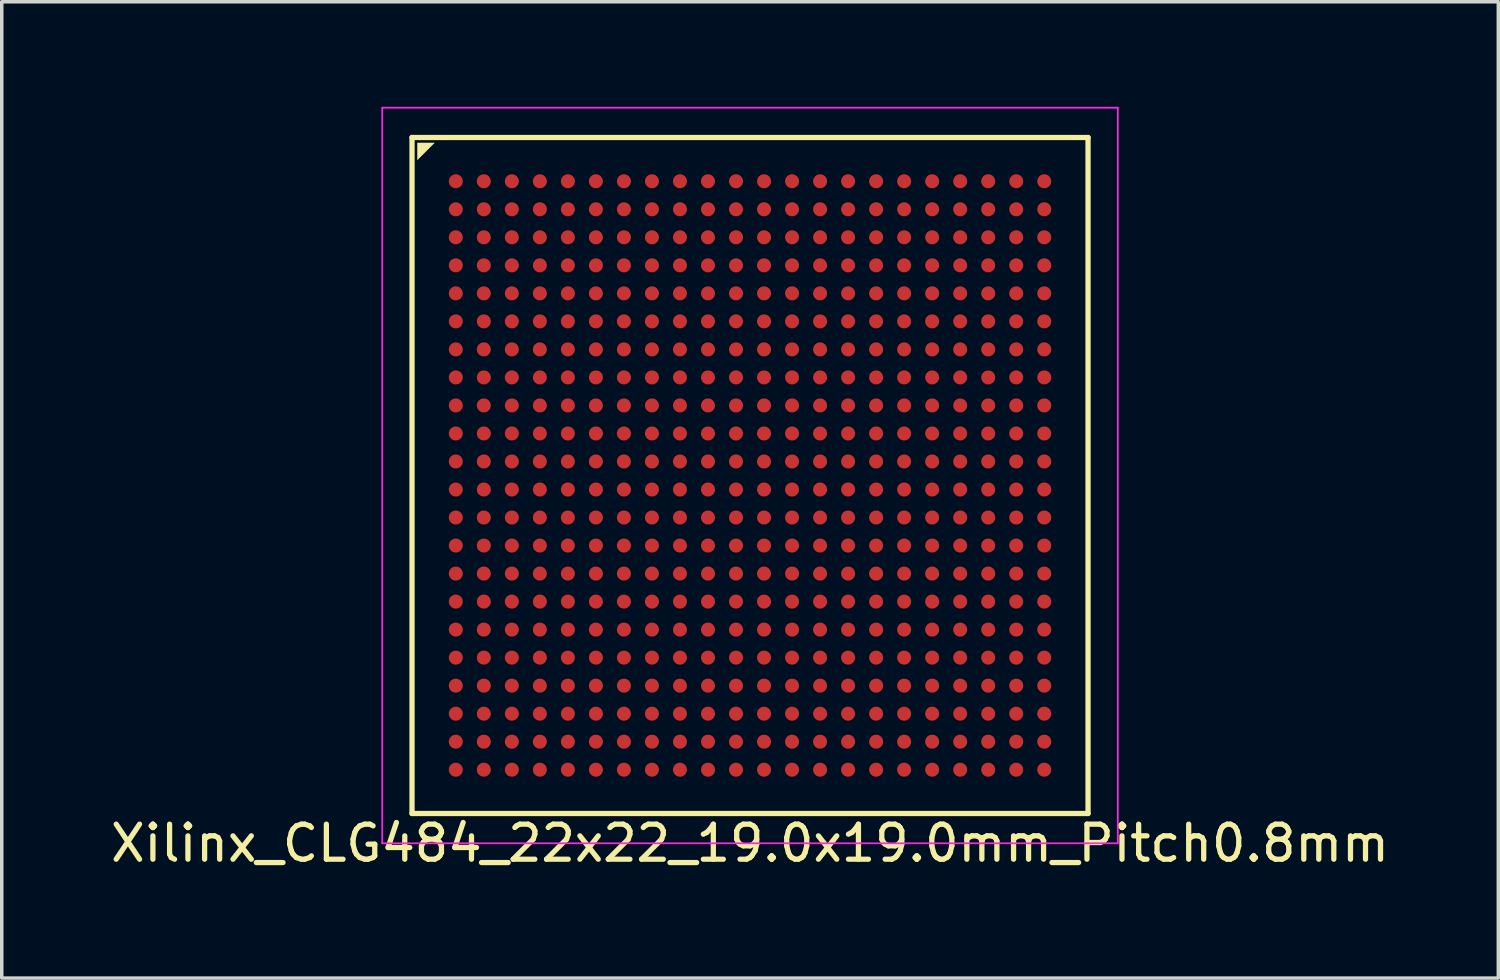
<source format=kicad_pcb>
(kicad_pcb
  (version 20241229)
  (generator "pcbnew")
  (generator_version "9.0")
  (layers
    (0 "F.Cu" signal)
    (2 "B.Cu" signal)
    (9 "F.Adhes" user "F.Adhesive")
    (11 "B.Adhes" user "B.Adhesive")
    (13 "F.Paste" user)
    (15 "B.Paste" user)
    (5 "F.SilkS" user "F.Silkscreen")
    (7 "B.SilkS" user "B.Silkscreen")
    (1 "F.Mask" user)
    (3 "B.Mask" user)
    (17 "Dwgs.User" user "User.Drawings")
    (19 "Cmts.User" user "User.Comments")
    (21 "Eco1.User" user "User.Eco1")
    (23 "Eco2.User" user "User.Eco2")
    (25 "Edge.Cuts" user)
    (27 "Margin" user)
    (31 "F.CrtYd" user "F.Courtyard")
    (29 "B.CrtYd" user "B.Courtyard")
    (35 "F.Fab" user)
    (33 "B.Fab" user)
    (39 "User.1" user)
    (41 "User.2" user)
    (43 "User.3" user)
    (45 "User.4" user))
  (footprint "Xilinx_CLG484_22x22_19.0x19.0mm_Pitch0.8mm"
    (layer "F.Cu")
    (at 18.363 10.525)
    (property "Reference" "Xilinx_CLG484_22x22_19.0x19.0mm_Pitch0.8mm" (at 0 10.5 0) (layer "F.SilkS") (effects (font (size 1 1) (thickness 0.15))))
    (attr smd)
    (fp_line (start -9.65 -9.65) (end -9.65 9.65) (stroke (width 0.15) (type solid)) (layer "F.SilkS"))
    (fp_line (start -9.65 9.65) (end 9.65 9.65) (stroke (width 0.15) (type solid)) (layer "F.SilkS"))
    (fp_line (start 9.65 -9.65) (end -9.65 -9.65) (stroke (width 0.15) (type solid)) (layer "F.SilkS"))
    (fp_line (start 9.65 9.65) (end 9.65 -9.65) (stroke (width 0.15) (type solid)) (layer "F.SilkS"))
    (fp_poly (pts (xy -9.5 -9.5) (xy -9 -9.5) (xy -9.5 -9)) (stroke (width 0) (type solid)) (fill yes) (layer "F.SilkS"))
    (fp_line (start -10.5 -10.5) (end -10.5 10.5) (stroke (width 0.05) (type solid)) (layer "F.CrtYd"))
    (fp_line (start -10.5 10.5) (end 10.5 10.5) (stroke (width 0.05) (type solid)) (layer "F.CrtYd"))
    (fp_line (start 10.5 -10.5) (end -10.5 -10.5) (stroke (width 0.05) (type solid)) (layer "F.CrtYd"))
    (fp_line (start 10.5 10.5) (end 10.5 -10.5) (stroke (width 0.05) (type solid)) (layer "F.CrtYd"))
    (pad "A1" smd circle (at -8.4 -8.4) (size 0.4 0.4) (layers "F.Cu" "F.Mask" "F.Paste"))
    (pad "A2" smd circle (at -7.6 -8.4) (size 0.4 0.4) (layers "F.Cu" "F.Mask" "F.Paste"))
    (pad "A3" smd circle (at -6.8 -8.4) (size 0.4 0.4) (layers "F.Cu" "F.Mask" "F.Paste"))
    (pad "A4" smd circle (at -6 -8.4) (size 0.4 0.4) (layers "F.Cu" "F.Mask" "F.Paste"))
    (pad "A5" smd circle (at -5.2 -8.4) (size 0.4 0.4) (layers "F.Cu" "F.Mask" "F.Paste"))
    (pad "A6" smd circle (at -4.4 -8.4) (size 0.4 0.4) (layers "F.Cu" "F.Mask" "F.Paste"))
    (pad "A7" smd circle (at -3.6 -8.4) (size 0.4 0.4) (layers "F.Cu" "F.Mask" "F.Paste"))
    (pad "A8" smd circle (at -2.8 -8.4) (size 0.4 0.4) (layers "F.Cu" "F.Mask" "F.Paste"))
    (pad "A9" smd circle (at -2 -8.4) (size 0.4 0.4) (layers "F.Cu" "F.Mask" "F.Paste"))
    (pad "A10" smd circle (at -1.2 -8.4) (size 0.4 0.4) (layers "F.Cu" "F.Mask" "F.Paste"))
    (pad "A11" smd circle (at -0.4 -8.4) (size 0.4 0.4) (layers "F.Cu" "F.Mask" "F.Paste"))
    (pad "A12" smd circle (at 0.4 -8.4) (size 0.4 0.4) (layers "F.Cu" "F.Mask" "F.Paste"))
    (pad "A13" smd circle (at 1.2 -8.4) (size 0.4 0.4) (layers "F.Cu" "F.Mask" "F.Paste"))
    (pad "A14" smd circle (at 2 -8.4) (size 0.4 0.4) (layers "F.Cu" "F.Mask" "F.Paste"))
    (pad "A15" smd circle (at 2.8 -8.4) (size 0.4 0.4) (layers "F.Cu" "F.Mask" "F.Paste"))
    (pad "A16" smd circle (at 3.6 -8.4) (size 0.4 0.4) (layers "F.Cu" "F.Mask" "F.Paste"))
    (pad "A17" smd circle (at 4.4 -8.4) (size 0.4 0.4) (layers "F.Cu" "F.Mask" "F.Paste"))
    (pad "A18" smd circle (at 5.2 -8.4) (size 0.4 0.4) (layers "F.Cu" "F.Mask" "F.Paste"))
    (pad "A19" smd circle (at 6 -8.4) (size 0.4 0.4) (layers "F.Cu" "F.Mask" "F.Paste"))
    (pad "A20" smd circle (at 6.8 -8.4) (size 0.4 0.4) (layers "F.Cu" "F.Mask" "F.Paste"))
    (pad "A21" smd circle (at 7.6 -8.4) (size 0.4 0.4) (layers "F.Cu" "F.Mask" "F.Paste"))
    (pad "A22" smd circle (at 8.4 -8.4) (size 0.4 0.4) (layers "F.Cu" "F.Mask" "F.Paste"))
    (pad "AA1" smd circle (at -8.4 7.6) (size 0.4 0.4) (layers "F.Cu" "F.Mask" "F.Paste"))
    (pad "AA2" smd circle (at -7.6 7.6) (size 0.4 0.4) (layers "F.Cu" "F.Mask" "F.Paste"))
    (pad "AA3" smd circle (at -6.8 7.6) (size 0.4 0.4) (layers "F.Cu" "F.Mask" "F.Paste"))
    (pad "AA4" smd circle (at -6 7.6) (size 0.4 0.4) (layers "F.Cu" "F.Mask" "F.Paste"))
    (pad "AA5" smd circle (at -5.2 7.6) (size 0.4 0.4) (layers "F.Cu" "F.Mask" "F.Paste"))
    (pad "AA6" smd circle (at -4.4 7.6) (size 0.4 0.4) (layers "F.Cu" "F.Mask" "F.Paste"))
    (pad "AA7" smd circle (at -3.6 7.6) (size 0.4 0.4) (layers "F.Cu" "F.Mask" "F.Paste"))
    (pad "AA8" smd circle (at -2.8 7.6) (size 0.4 0.4) (layers "F.Cu" "F.Mask" "F.Paste"))
    (pad "AA9" smd circle (at -2 7.6) (size 0.4 0.4) (layers "F.Cu" "F.Mask" "F.Paste"))
    (pad "AA10" smd circle (at -1.2 7.6) (size 0.4 0.4) (layers "F.Cu" "F.Mask" "F.Paste"))
    (pad "AA11" smd circle (at -0.4 7.6) (size 0.4 0.4) (layers "F.Cu" "F.Mask" "F.Paste"))
    (pad "AA12" smd circle (at 0.4 7.6) (size 0.4 0.4) (layers "F.Cu" "F.Mask" "F.Paste"))
    (pad "AA13" smd circle (at 1.2 7.6) (size 0.4 0.4) (layers "F.Cu" "F.Mask" "F.Paste"))
    (pad "AA14" smd circle (at 2 7.6) (size 0.4 0.4) (layers "F.Cu" "F.Mask" "F.Paste"))
    (pad "AA15" smd circle (at 2.8 7.6) (size 0.4 0.4) (layers "F.Cu" "F.Mask" "F.Paste"))
    (pad "AA16" smd circle (at 3.6 7.6) (size 0.4 0.4) (layers "F.Cu" "F.Mask" "F.Paste"))
    (pad "AA17" smd circle (at 4.4 7.6) (size 0.4 0.4) (layers "F.Cu" "F.Mask" "F.Paste"))
    (pad "AA18" smd circle (at 5.2 7.6) (size 0.4 0.4) (layers "F.Cu" "F.Mask" "F.Paste"))
    (pad "AA19" smd circle (at 6 7.6) (size 0.4 0.4) (layers "F.Cu" "F.Mask" "F.Paste"))
    (pad "AA20" smd circle (at 6.8 7.6) (size 0.4 0.4) (layers "F.Cu" "F.Mask" "F.Paste"))
    (pad "AA21" smd circle (at 7.6 7.6) (size 0.4 0.4) (layers "F.Cu" "F.Mask" "F.Paste"))
    (pad "AA22" smd circle (at 8.4 7.6) (size 0.4 0.4) (layers "F.Cu" "F.Mask" "F.Paste"))
    (pad "AB1" smd circle (at -8.4 8.4) (size 0.4 0.4) (layers "F.Cu" "F.Mask" "F.Paste"))
    (pad "AB2" smd circle (at -7.6 8.4) (size 0.4 0.4) (layers "F.Cu" "F.Mask" "F.Paste"))
    (pad "AB3" smd circle (at -6.8 8.4) (size 0.4 0.4) (layers "F.Cu" "F.Mask" "F.Paste"))
    (pad "AB4" smd circle (at -6 8.4) (size 0.4 0.4) (layers "F.Cu" "F.Mask" "F.Paste"))
    (pad "AB5" smd circle (at -5.2 8.4) (size 0.4 0.4) (layers "F.Cu" "F.Mask" "F.Paste"))
    (pad "AB6" smd circle (at -4.4 8.4) (size 0.4 0.4) (layers "F.Cu" "F.Mask" "F.Paste"))
    (pad "AB7" smd circle (at -3.6 8.4) (size 0.4 0.4) (layers "F.Cu" "F.Mask" "F.Paste"))
    (pad "AB8" smd circle (at -2.8 8.4) (size 0.4 0.4) (layers "F.Cu" "F.Mask" "F.Paste"))
    (pad "AB9" smd circle (at -2 8.4) (size 0.4 0.4) (layers "F.Cu" "F.Mask" "F.Paste"))
    (pad "AB10" smd circle (at -1.2 8.4) (size 0.4 0.4) (layers "F.Cu" "F.Mask" "F.Paste"))
    (pad "AB11" smd circle (at -0.4 8.4) (size 0.4 0.4) (layers "F.Cu" "F.Mask" "F.Paste"))
    (pad "AB12" smd circle (at 0.4 8.4) (size 0.4 0.4) (layers "F.Cu" "F.Mask" "F.Paste"))
    (pad "AB13" smd circle (at 1.2 8.4) (size 0.4 0.4) (layers "F.Cu" "F.Mask" "F.Paste"))
    (pad "AB14" smd circle (at 2 8.4) (size 0.4 0.4) (layers "F.Cu" "F.Mask" "F.Paste"))
    (pad "AB15" smd circle (at 2.8 8.4) (size 0.4 0.4) (layers "F.Cu" "F.Mask" "F.Paste"))
    (pad "AB16" smd circle (at 3.6 8.4) (size 0.4 0.4) (layers "F.Cu" "F.Mask" "F.Paste"))
    (pad "AB17" smd circle (at 4.4 8.4) (size 0.4 0.4) (layers "F.Cu" "F.Mask" "F.Paste"))
    (pad "AB18" smd circle (at 5.2 8.4) (size 0.4 0.4) (layers "F.Cu" "F.Mask" "F.Paste"))
    (pad "AB19" smd circle (at 6 8.4) (size 0.4 0.4) (layers "F.Cu" "F.Mask" "F.Paste"))
    (pad "AB20" smd circle (at 6.8 8.4) (size 0.4 0.4) (layers "F.Cu" "F.Mask" "F.Paste"))
    (pad "AB21" smd circle (at 7.6 8.4) (size 0.4 0.4) (layers "F.Cu" "F.Mask" "F.Paste"))
    (pad "AB22" smd circle (at 8.4 8.4) (size 0.4 0.4) (layers "F.Cu" "F.Mask" "F.Paste"))
    (pad "B1" smd circle (at -8.4 -7.6) (size 0.4 0.4) (layers "F.Cu" "F.Mask" "F.Paste"))
    (pad "B2" smd circle (at -7.6 -7.6) (size 0.4 0.4) (layers "F.Cu" "F.Mask" "F.Paste"))
    (pad "B3" smd circle (at -6.8 -7.6) (size 0.4 0.4) (layers "F.Cu" "F.Mask" "F.Paste"))
    (pad "B4" smd circle (at -6 -7.6) (size 0.4 0.4) (layers "F.Cu" "F.Mask" "F.Paste"))
    (pad "B5" smd circle (at -5.2 -7.6) (size 0.4 0.4) (layers "F.Cu" "F.Mask" "F.Paste"))
    (pad "B6" smd circle (at -4.4 -7.6) (size 0.4 0.4) (layers "F.Cu" "F.Mask" "F.Paste"))
    (pad "B7" smd circle (at -3.6 -7.6) (size 0.4 0.4) (layers "F.Cu" "F.Mask" "F.Paste"))
    (pad "B8" smd circle (at -2.8 -7.6) (size 0.4 0.4) (layers "F.Cu" "F.Mask" "F.Paste"))
    (pad "B9" smd circle (at -2 -7.6) (size 0.4 0.4) (layers "F.Cu" "F.Mask" "F.Paste"))
    (pad "B10" smd circle (at -1.2 -7.6) (size 0.4 0.4) (layers "F.Cu" "F.Mask" "F.Paste"))
    (pad "B11" smd circle (at -0.4 -7.6) (size 0.4 0.4) (layers "F.Cu" "F.Mask" "F.Paste"))
    (pad "B12" smd circle (at 0.4 -7.6) (size 0.4 0.4) (layers "F.Cu" "F.Mask" "F.Paste"))
    (pad "B13" smd circle (at 1.2 -7.6) (size 0.4 0.4) (layers "F.Cu" "F.Mask" "F.Paste"))
    (pad "B14" smd circle (at 2 -7.6) (size 0.4 0.4) (layers "F.Cu" "F.Mask" "F.Paste"))
    (pad "B15" smd circle (at 2.8 -7.6) (size 0.4 0.4) (layers "F.Cu" "F.Mask" "F.Paste"))
    (pad "B16" smd circle (at 3.6 -7.6) (size 0.4 0.4) (layers "F.Cu" "F.Mask" "F.Paste"))
    (pad "B17" smd circle (at 4.4 -7.6) (size 0.4 0.4) (layers "F.Cu" "F.Mask" "F.Paste"))
    (pad "B18" smd circle (at 5.2 -7.6) (size 0.4 0.4) (layers "F.Cu" "F.Mask" "F.Paste"))
    (pad "B19" smd circle (at 6 -7.6) (size 0.4 0.4) (layers "F.Cu" "F.Mask" "F.Paste"))
    (pad "B20" smd circle (at 6.8 -7.6) (size 0.4 0.4) (layers "F.Cu" "F.Mask" "F.Paste"))
    (pad "B21" smd circle (at 7.6 -7.6) (size 0.4 0.4) (layers "F.Cu" "F.Mask" "F.Paste"))
    (pad "B22" smd circle (at 8.4 -7.6) (size 0.4 0.4) (layers "F.Cu" "F.Mask" "F.Paste"))
    (pad "C1" smd circle (at -8.4 -6.8) (size 0.4 0.4) (layers "F.Cu" "F.Mask" "F.Paste"))
    (pad "C2" smd circle (at -7.6 -6.8) (size 0.4 0.4) (layers "F.Cu" "F.Mask" "F.Paste"))
    (pad "C3" smd circle (at -6.8 -6.8) (size 0.4 0.4) (layers "F.Cu" "F.Mask" "F.Paste"))
    (pad "C4" smd circle (at -6 -6.8) (size 0.4 0.4) (layers "F.Cu" "F.Mask" "F.Paste"))
    (pad "C5" smd circle (at -5.2 -6.8) (size 0.4 0.4) (layers "F.Cu" "F.Mask" "F.Paste"))
    (pad "C6" smd circle (at -4.4 -6.8) (size 0.4 0.4) (layers "F.Cu" "F.Mask" "F.Paste"))
    (pad "C7" smd circle (at -3.6 -6.8) (size 0.4 0.4) (layers "F.Cu" "F.Mask" "F.Paste"))
    (pad "C8" smd circle (at -2.8 -6.8) (size 0.4 0.4) (layers "F.Cu" "F.Mask" "F.Paste"))
    (pad "C9" smd circle (at -2 -6.8) (size 0.4 0.4) (layers "F.Cu" "F.Mask" "F.Paste"))
    (pad "C10" smd circle (at -1.2 -6.8) (size 0.4 0.4) (layers "F.Cu" "F.Mask" "F.Paste"))
    (pad "C11" smd circle (at -0.4 -6.8) (size 0.4 0.4) (layers "F.Cu" "F.Mask" "F.Paste"))
    (pad "C12" smd circle (at 0.4 -6.8) (size 0.4 0.4) (layers "F.Cu" "F.Mask" "F.Paste"))
    (pad "C13" smd circle (at 1.2 -6.8) (size 0.4 0.4) (layers "F.Cu" "F.Mask" "F.Paste"))
    (pad "C14" smd circle (at 2 -6.8) (size 0.4 0.4) (layers "F.Cu" "F.Mask" "F.Paste"))
    (pad "C15" smd circle (at 2.8 -6.8) (size 0.4 0.4) (layers "F.Cu" "F.Mask" "F.Paste"))
    (pad "C16" smd circle (at 3.6 -6.8) (size 0.4 0.4) (layers "F.Cu" "F.Mask" "F.Paste"))
    (pad "C17" smd circle (at 4.4 -6.8) (size 0.4 0.4) (layers "F.Cu" "F.Mask" "F.Paste"))
    (pad "C18" smd circle (at 5.2 -6.8) (size 0.4 0.4) (layers "F.Cu" "F.Mask" "F.Paste"))
    (pad "C19" smd circle (at 6 -6.8) (size 0.4 0.4) (layers "F.Cu" "F.Mask" "F.Paste"))
    (pad "C20" smd circle (at 6.8 -6.8) (size 0.4 0.4) (layers "F.Cu" "F.Mask" "F.Paste"))
    (pad "C21" smd circle (at 7.6 -6.8) (size 0.4 0.4) (layers "F.Cu" "F.Mask" "F.Paste"))
    (pad "C22" smd circle (at 8.4 -6.8) (size 0.4 0.4) (layers "F.Cu" "F.Mask" "F.Paste"))
    (pad "D1" smd circle (at -8.4 -6) (size 0.4 0.4) (layers "F.Cu" "F.Mask" "F.Paste"))
    (pad "D2" smd circle (at -7.6 -6) (size 0.4 0.4) (layers "F.Cu" "F.Mask" "F.Paste"))
    (pad "D3" smd circle (at -6.8 -6) (size 0.4 0.4) (layers "F.Cu" "F.Mask" "F.Paste"))
    (pad "D4" smd circle (at -6 -6) (size 0.4 0.4) (layers "F.Cu" "F.Mask" "F.Paste"))
    (pad "D5" smd circle (at -5.2 -6) (size 0.4 0.4) (layers "F.Cu" "F.Mask" "F.Paste"))
    (pad "D6" smd circle (at -4.4 -6) (size 0.4 0.4) (layers "F.Cu" "F.Mask" "F.Paste"))
    (pad "D7" smd circle (at -3.6 -6) (size 0.4 0.4) (layers "F.Cu" "F.Mask" "F.Paste"))
    (pad "D8" smd circle (at -2.8 -6) (size 0.4 0.4) (layers "F.Cu" "F.Mask" "F.Paste"))
    (pad "D9" smd circle (at -2 -6) (size 0.4 0.4) (layers "F.Cu" "F.Mask" "F.Paste"))
    (pad "D10" smd circle (at -1.2 -6) (size 0.4 0.4) (layers "F.Cu" "F.Mask" "F.Paste"))
    (pad "D11" smd circle (at -0.4 -6) (size 0.4 0.4) (layers "F.Cu" "F.Mask" "F.Paste"))
    (pad "D12" smd circle (at 0.4 -6) (size 0.4 0.4) (layers "F.Cu" "F.Mask" "F.Paste"))
    (pad "D13" smd circle (at 1.2 -6) (size 0.4 0.4) (layers "F.Cu" "F.Mask" "F.Paste"))
    (pad "D14" smd circle (at 2 -6) (size 0.4 0.4) (layers "F.Cu" "F.Mask" "F.Paste"))
    (pad "D15" smd circle (at 2.8 -6) (size 0.4 0.4) (layers "F.Cu" "F.Mask" "F.Paste"))
    (pad "D16" smd circle (at 3.6 -6) (size 0.4 0.4) (layers "F.Cu" "F.Mask" "F.Paste"))
    (pad "D17" smd circle (at 4.4 -6) (size 0.4 0.4) (layers "F.Cu" "F.Mask" "F.Paste"))
    (pad "D18" smd circle (at 5.2 -6) (size 0.4 0.4) (layers "F.Cu" "F.Mask" "F.Paste"))
    (pad "D19" smd circle (at 6 -6) (size 0.4 0.4) (layers "F.Cu" "F.Mask" "F.Paste"))
    (pad "D20" smd circle (at 6.8 -6) (size 0.4 0.4) (layers "F.Cu" "F.Mask" "F.Paste"))
    (pad "D21" smd circle (at 7.6 -6) (size 0.4 0.4) (layers "F.Cu" "F.Mask" "F.Paste"))
    (pad "D22" smd circle (at 8.4 -6) (size 0.4 0.4) (layers "F.Cu" "F.Mask" "F.Paste"))
    (pad "E1" smd circle (at -8.4 -5.2) (size 0.4 0.4) (layers "F.Cu" "F.Mask" "F.Paste"))
    (pad "E2" smd circle (at -7.6 -5.2) (size 0.4 0.4) (layers "F.Cu" "F.Mask" "F.Paste"))
    (pad "E3" smd circle (at -6.8 -5.2) (size 0.4 0.4) (layers "F.Cu" "F.Mask" "F.Paste"))
    (pad "E4" smd circle (at -6 -5.2) (size 0.4 0.4) (layers "F.Cu" "F.Mask" "F.Paste"))
    (pad "E5" smd circle (at -5.2 -5.2) (size 0.4 0.4) (layers "F.Cu" "F.Mask" "F.Paste"))
    (pad "E6" smd circle (at -4.4 -5.2) (size 0.4 0.4) (layers "F.Cu" "F.Mask" "F.Paste"))
    (pad "E7" smd circle (at -3.6 -5.2) (size 0.4 0.4) (layers "F.Cu" "F.Mask" "F.Paste"))
    (pad "E8" smd circle (at -2.8 -5.2) (size 0.4 0.4) (layers "F.Cu" "F.Mask" "F.Paste"))
    (pad "E9" smd circle (at -2 -5.2) (size 0.4 0.4) (layers "F.Cu" "F.Mask" "F.Paste"))
    (pad "E10" smd circle (at -1.2 -5.2) (size 0.4 0.4) (layers "F.Cu" "F.Mask" "F.Paste"))
    (pad "E11" smd circle (at -0.4 -5.2) (size 0.4 0.4) (layers "F.Cu" "F.Mask" "F.Paste"))
    (pad "E12" smd circle (at 0.4 -5.2) (size 0.4 0.4) (layers "F.Cu" "F.Mask" "F.Paste"))
    (pad "E13" smd circle (at 1.2 -5.2) (size 0.4 0.4) (layers "F.Cu" "F.Mask" "F.Paste"))
    (pad "E14" smd circle (at 2 -5.2) (size 0.4 0.4) (layers "F.Cu" "F.Mask" "F.Paste"))
    (pad "E15" smd circle (at 2.8 -5.2) (size 0.4 0.4) (layers "F.Cu" "F.Mask" "F.Paste"))
    (pad "E16" smd circle (at 3.6 -5.2) (size 0.4 0.4) (layers "F.Cu" "F.Mask" "F.Paste"))
    (pad "E17" smd circle (at 4.4 -5.2) (size 0.4 0.4) (layers "F.Cu" "F.Mask" "F.Paste"))
    (pad "E18" smd circle (at 5.2 -5.2) (size 0.4 0.4) (layers "F.Cu" "F.Mask" "F.Paste"))
    (pad "E19" smd circle (at 6 -5.2) (size 0.4 0.4) (layers "F.Cu" "F.Mask" "F.Paste"))
    (pad "E20" smd circle (at 6.8 -5.2) (size 0.4 0.4) (layers "F.Cu" "F.Mask" "F.Paste"))
    (pad "E21" smd circle (at 7.6 -5.2) (size 0.4 0.4) (layers "F.Cu" "F.Mask" "F.Paste"))
    (pad "E22" smd circle (at 8.4 -5.2) (size 0.4 0.4) (layers "F.Cu" "F.Mask" "F.Paste"))
    (pad "F1" smd circle (at -8.4 -4.4) (size 0.4 0.4) (layers "F.Cu" "F.Mask" "F.Paste"))
    (pad "F2" smd circle (at -7.6 -4.4) (size 0.4 0.4) (layers "F.Cu" "F.Mask" "F.Paste"))
    (pad "F3" smd circle (at -6.8 -4.4) (size 0.4 0.4) (layers "F.Cu" "F.Mask" "F.Paste"))
    (pad "F4" smd circle (at -6 -4.4) (size 0.4 0.4) (layers "F.Cu" "F.Mask" "F.Paste"))
    (pad "F5" smd circle (at -5.2 -4.4) (size 0.4 0.4) (layers "F.Cu" "F.Mask" "F.Paste"))
    (pad "F6" smd circle (at -4.4 -4.4) (size 0.4 0.4) (layers "F.Cu" "F.Mask" "F.Paste"))
    (pad "F7" smd circle (at -3.6 -4.4) (size 0.4 0.4) (layers "F.Cu" "F.Mask" "F.Paste"))
    (pad "F8" smd circle (at -2.8 -4.4) (size 0.4 0.4) (layers "F.Cu" "F.Mask" "F.Paste"))
    (pad "F9" smd circle (at -2 -4.4) (size 0.4 0.4) (layers "F.Cu" "F.Mask" "F.Paste"))
    (pad "F10" smd circle (at -1.2 -4.4) (size 0.4 0.4) (layers "F.Cu" "F.Mask" "F.Paste"))
    (pad "F11" smd circle (at -0.4 -4.4) (size 0.4 0.4) (layers "F.Cu" "F.Mask" "F.Paste"))
    (pad "F12" smd circle (at 0.4 -4.4) (size 0.4 0.4) (layers "F.Cu" "F.Mask" "F.Paste"))
    (pad "F13" smd circle (at 1.2 -4.4) (size 0.4 0.4) (layers "F.Cu" "F.Mask" "F.Paste"))
    (pad "F14" smd circle (at 2 -4.4) (size 0.4 0.4) (layers "F.Cu" "F.Mask" "F.Paste"))
    (pad "F15" smd circle (at 2.8 -4.4) (size 0.4 0.4) (layers "F.Cu" "F.Mask" "F.Paste"))
    (pad "F16" smd circle (at 3.6 -4.4) (size 0.4 0.4) (layers "F.Cu" "F.Mask" "F.Paste"))
    (pad "F17" smd circle (at 4.4 -4.4) (size 0.4 0.4) (layers "F.Cu" "F.Mask" "F.Paste"))
    (pad "F18" smd circle (at 5.2 -4.4) (size 0.4 0.4) (layers "F.Cu" "F.Mask" "F.Paste"))
    (pad "F19" smd circle (at 6 -4.4) (size 0.4 0.4) (layers "F.Cu" "F.Mask" "F.Paste"))
    (pad "F20" smd circle (at 6.8 -4.4) (size 0.4 0.4) (layers "F.Cu" "F.Mask" "F.Paste"))
    (pad "F21" smd circle (at 7.6 -4.4) (size 0.4 0.4) (layers "F.Cu" "F.Mask" "F.Paste"))
    (pad "F22" smd circle (at 8.4 -4.4) (size 0.4 0.4) (layers "F.Cu" "F.Mask" "F.Paste"))
    (pad "G1" smd circle (at -8.4 -3.6) (size 0.4 0.4) (layers "F.Cu" "F.Mask" "F.Paste"))
    (pad "G2" smd circle (at -7.6 -3.6) (size 0.4 0.4) (layers "F.Cu" "F.Mask" "F.Paste"))
    (pad "G3" smd circle (at -6.8 -3.6) (size 0.4 0.4) (layers "F.Cu" "F.Mask" "F.Paste"))
    (pad "G4" smd circle (at -6 -3.6) (size 0.4 0.4) (layers "F.Cu" "F.Mask" "F.Paste"))
    (pad "G5" smd circle (at -5.2 -3.6) (size 0.4 0.4) (layers "F.Cu" "F.Mask" "F.Paste"))
    (pad "G6" smd circle (at -4.4 -3.6) (size 0.4 0.4) (layers "F.Cu" "F.Mask" "F.Paste"))
    (pad "G7" smd circle (at -3.6 -3.6) (size 0.4 0.4) (layers "F.Cu" "F.Mask" "F.Paste"))
    (pad "G8" smd circle (at -2.8 -3.6) (size 0.4 0.4) (layers "F.Cu" "F.Mask" "F.Paste"))
    (pad "G9" smd circle (at -2 -3.6) (size 0.4 0.4) (layers "F.Cu" "F.Mask" "F.Paste"))
    (pad "G10" smd circle (at -1.2 -3.6) (size 0.4 0.4) (layers "F.Cu" "F.Mask" "F.Paste"))
    (pad "G11" smd circle (at -0.4 -3.6) (size 0.4 0.4) (layers "F.Cu" "F.Mask" "F.Paste"))
    (pad "G12" smd circle (at 0.4 -3.6) (size 0.4 0.4) (layers "F.Cu" "F.Mask" "F.Paste"))
    (pad "G13" smd circle (at 1.2 -3.6) (size 0.4 0.4) (layers "F.Cu" "F.Mask" "F.Paste"))
    (pad "G14" smd circle (at 2 -3.6) (size 0.4 0.4) (layers "F.Cu" "F.Mask" "F.Paste"))
    (pad "G15" smd circle (at 2.8 -3.6) (size 0.4 0.4) (layers "F.Cu" "F.Mask" "F.Paste"))
    (pad "G16" smd circle (at 3.6 -3.6) (size 0.4 0.4) (layers "F.Cu" "F.Mask" "F.Paste"))
    (pad "G17" smd circle (at 4.4 -3.6) (size 0.4 0.4) (layers "F.Cu" "F.Mask" "F.Paste"))
    (pad "G18" smd circle (at 5.2 -3.6) (size 0.4 0.4) (layers "F.Cu" "F.Mask" "F.Paste"))
    (pad "G19" smd circle (at 6 -3.6) (size 0.4 0.4) (layers "F.Cu" "F.Mask" "F.Paste"))
    (pad "G20" smd circle (at 6.8 -3.6) (size 0.4 0.4) (layers "F.Cu" "F.Mask" "F.Paste"))
    (pad "G21" smd circle (at 7.6 -3.6) (size 0.4 0.4) (layers "F.Cu" "F.Mask" "F.Paste"))
    (pad "G22" smd circle (at 8.4 -3.6) (size 0.4 0.4) (layers "F.Cu" "F.Mask" "F.Paste"))
    (pad "H1" smd circle (at -8.4 -2.8) (size 0.4 0.4) (layers "F.Cu" "F.Mask" "F.Paste"))
    (pad "H2" smd circle (at -7.6 -2.8) (size 0.4 0.4) (layers "F.Cu" "F.Mask" "F.Paste"))
    (pad "H3" smd circle (at -6.8 -2.8) (size 0.4 0.4) (layers "F.Cu" "F.Mask" "F.Paste"))
    (pad "H4" smd circle (at -6 -2.8) (size 0.4 0.4) (layers "F.Cu" "F.Mask" "F.Paste"))
    (pad "H5" smd circle (at -5.2 -2.8) (size 0.4 0.4) (layers "F.Cu" "F.Mask" "F.Paste"))
    (pad "H6" smd circle (at -4.4 -2.8) (size 0.4 0.4) (layers "F.Cu" "F.Mask" "F.Paste"))
    (pad "H7" smd circle (at -3.6 -2.8) (size 0.4 0.4) (layers "F.Cu" "F.Mask" "F.Paste"))
    (pad "H8" smd circle (at -2.8 -2.8) (size 0.4 0.4) (layers "F.Cu" "F.Mask" "F.Paste"))
    (pad "H9" smd circle (at -2 -2.8) (size 0.4 0.4) (layers "F.Cu" "F.Mask" "F.Paste"))
    (pad "H10" smd circle (at -1.2 -2.8) (size 0.4 0.4) (layers "F.Cu" "F.Mask" "F.Paste"))
    (pad "H11" smd circle (at -0.4 -2.8) (size 0.4 0.4) (layers "F.Cu" "F.Mask" "F.Paste"))
    (pad "H12" smd circle (at 0.4 -2.8) (size 0.4 0.4) (layers "F.Cu" "F.Mask" "F.Paste"))
    (pad "H13" smd circle (at 1.2 -2.8) (size 0.4 0.4) (layers "F.Cu" "F.Mask" "F.Paste"))
    (pad "H14" smd circle (at 2 -2.8) (size 0.4 0.4) (layers "F.Cu" "F.Mask" "F.Paste"))
    (pad "H15" smd circle (at 2.8 -2.8) (size 0.4 0.4) (layers "F.Cu" "F.Mask" "F.Paste"))
    (pad "H16" smd circle (at 3.6 -2.8) (size 0.4 0.4) (layers "F.Cu" "F.Mask" "F.Paste"))
    (pad "H17" smd circle (at 4.4 -2.8) (size 0.4 0.4) (layers "F.Cu" "F.Mask" "F.Paste"))
    (pad "H18" smd circle (at 5.2 -2.8) (size 0.4 0.4) (layers "F.Cu" "F.Mask" "F.Paste"))
    (pad "H19" smd circle (at 6 -2.8) (size 0.4 0.4) (layers "F.Cu" "F.Mask" "F.Paste"))
    (pad "H20" smd circle (at 6.8 -2.8) (size 0.4 0.4) (layers "F.Cu" "F.Mask" "F.Paste"))
    (pad "H21" smd circle (at 7.6 -2.8) (size 0.4 0.4) (layers "F.Cu" "F.Mask" "F.Paste"))
    (pad "H22" smd circle (at 8.4 -2.8) (size 0.4 0.4) (layers "F.Cu" "F.Mask" "F.Paste"))
    (pad "J1" smd circle (at -8.4 -2) (size 0.4 0.4) (layers "F.Cu" "F.Mask" "F.Paste"))
    (pad "J2" smd circle (at -7.6 -2) (size 0.4 0.4) (layers "F.Cu" "F.Mask" "F.Paste"))
    (pad "J3" smd circle (at -6.8 -2) (size 0.4 0.4) (layers "F.Cu" "F.Mask" "F.Paste"))
    (pad "J4" smd circle (at -6 -2) (size 0.4 0.4) (layers "F.Cu" "F.Mask" "F.Paste"))
    (pad "J5" smd circle (at -5.2 -2) (size 0.4 0.4) (layers "F.Cu" "F.Mask" "F.Paste"))
    (pad "J6" smd circle (at -4.4 -2) (size 0.4 0.4) (layers "F.Cu" "F.Mask" "F.Paste"))
    (pad "J7" smd circle (at -3.6 -2) (size 0.4 0.4) (layers "F.Cu" "F.Mask" "F.Paste"))
    (pad "J8" smd circle (at -2.8 -2) (size 0.4 0.4) (layers "F.Cu" "F.Mask" "F.Paste"))
    (pad "J9" smd circle (at -2 -2) (size 0.4 0.4) (layers "F.Cu" "F.Mask" "F.Paste"))
    (pad "J10" smd circle (at -1.2 -2) (size 0.4 0.4) (layers "F.Cu" "F.Mask" "F.Paste"))
    (pad "J11" smd circle (at -0.4 -2) (size 0.4 0.4) (layers "F.Cu" "F.Mask" "F.Paste"))
    (pad "J12" smd circle (at 0.4 -2) (size 0.4 0.4) (layers "F.Cu" "F.Mask" "F.Paste"))
    (pad "J13" smd circle (at 1.2 -2) (size 0.4 0.4) (layers "F.Cu" "F.Mask" "F.Paste"))
    (pad "J14" smd circle (at 2 -2) (size 0.4 0.4) (layers "F.Cu" "F.Mask" "F.Paste"))
    (pad "J15" smd circle (at 2.8 -2) (size 0.4 0.4) (layers "F.Cu" "F.Mask" "F.Paste"))
    (pad "J16" smd circle (at 3.6 -2) (size 0.4 0.4) (layers "F.Cu" "F.Mask" "F.Paste"))
    (pad "J17" smd circle (at 4.4 -2) (size 0.4 0.4) (layers "F.Cu" "F.Mask" "F.Paste"))
    (pad "J18" smd circle (at 5.2 -2) (size 0.4 0.4) (layers "F.Cu" "F.Mask" "F.Paste"))
    (pad "J19" smd circle (at 6 -2) (size 0.4 0.4) (layers "F.Cu" "F.Mask" "F.Paste"))
    (pad "J20" smd circle (at 6.8 -2) (size 0.4 0.4) (layers "F.Cu" "F.Mask" "F.Paste"))
    (pad "J21" smd circle (at 7.6 -2) (size 0.4 0.4) (layers "F.Cu" "F.Mask" "F.Paste"))
    (pad "J22" smd circle (at 8.4 -2) (size 0.4 0.4) (layers "F.Cu" "F.Mask" "F.Paste"))
    (pad "K1" smd circle (at -8.4 -1.2) (size 0.4 0.4) (layers "F.Cu" "F.Mask" "F.Paste"))
    (pad "K2" smd circle (at -7.6 -1.2) (size 0.4 0.4) (layers "F.Cu" "F.Mask" "F.Paste"))
    (pad "K3" smd circle (at -6.8 -1.2) (size 0.4 0.4) (layers "F.Cu" "F.Mask" "F.Paste"))
    (pad "K4" smd circle (at -6 -1.2) (size 0.4 0.4) (layers "F.Cu" "F.Mask" "F.Paste"))
    (pad "K5" smd circle (at -5.2 -1.2) (size 0.4 0.4) (layers "F.Cu" "F.Mask" "F.Paste"))
    (pad "K6" smd circle (at -4.4 -1.2) (size 0.4 0.4) (layers "F.Cu" "F.Mask" "F.Paste"))
    (pad "K7" smd circle (at -3.6 -1.2) (size 0.4 0.4) (layers "F.Cu" "F.Mask" "F.Paste"))
    (pad "K8" smd circle (at -2.8 -1.2) (size 0.4 0.4) (layers "F.Cu" "F.Mask" "F.Paste"))
    (pad "K9" smd circle (at -2 -1.2) (size 0.4 0.4) (layers "F.Cu" "F.Mask" "F.Paste"))
    (pad "K10" smd circle (at -1.2 -1.2) (size 0.4 0.4) (layers "F.Cu" "F.Mask" "F.Paste"))
    (pad "K11" smd circle (at -0.4 -1.2) (size 0.4 0.4) (layers "F.Cu" "F.Mask" "F.Paste"))
    (pad "K12" smd circle (at 0.4 -1.2) (size 0.4 0.4) (layers "F.Cu" "F.Mask" "F.Paste"))
    (pad "K13" smd circle (at 1.2 -1.2) (size 0.4 0.4) (layers "F.Cu" "F.Mask" "F.Paste"))
    (pad "K14" smd circle (at 2 -1.2) (size 0.4 0.4) (layers "F.Cu" "F.Mask" "F.Paste"))
    (pad "K15" smd circle (at 2.8 -1.2) (size 0.4 0.4) (layers "F.Cu" "F.Mask" "F.Paste"))
    (pad "K16" smd circle (at 3.6 -1.2) (size 0.4 0.4) (layers "F.Cu" "F.Mask" "F.Paste"))
    (pad "K17" smd circle (at 4.4 -1.2) (size 0.4 0.4) (layers "F.Cu" "F.Mask" "F.Paste"))
    (pad "K18" smd circle (at 5.2 -1.2) (size 0.4 0.4) (layers "F.Cu" "F.Mask" "F.Paste"))
    (pad "K19" smd circle (at 6 -1.2) (size 0.4 0.4) (layers "F.Cu" "F.Mask" "F.Paste"))
    (pad "K20" smd circle (at 6.8 -1.2) (size 0.4 0.4) (layers "F.Cu" "F.Mask" "F.Paste"))
    (pad "K21" smd circle (at 7.6 -1.2) (size 0.4 0.4) (layers "F.Cu" "F.Mask" "F.Paste"))
    (pad "K22" smd circle (at 8.4 -1.2) (size 0.4 0.4) (layers "F.Cu" "F.Mask" "F.Paste"))
    (pad "L1" smd circle (at -8.4 -0.4) (size 0.4 0.4) (layers "F.Cu" "F.Mask" "F.Paste"))
    (pad "L2" smd circle (at -7.6 -0.4) (size 0.4 0.4) (layers "F.Cu" "F.Mask" "F.Paste"))
    (pad "L3" smd circle (at -6.8 -0.4) (size 0.4 0.4) (layers "F.Cu" "F.Mask" "F.Paste"))
    (pad "L4" smd circle (at -6 -0.4) (size 0.4 0.4) (layers "F.Cu" "F.Mask" "F.Paste"))
    (pad "L5" smd circle (at -5.2 -0.4) (size 0.4 0.4) (layers "F.Cu" "F.Mask" "F.Paste"))
    (pad "L6" smd circle (at -4.4 -0.4) (size 0.4 0.4) (layers "F.Cu" "F.Mask" "F.Paste"))
    (pad "L7" smd circle (at -3.6 -0.4) (size 0.4 0.4) (layers "F.Cu" "F.Mask" "F.Paste"))
    (pad "L8" smd circle (at -2.8 -0.4) (size 0.4 0.4) (layers "F.Cu" "F.Mask" "F.Paste"))
    (pad "L9" smd circle (at -2 -0.4) (size 0.4 0.4) (layers "F.Cu" "F.Mask" "F.Paste"))
    (pad "L10" smd circle (at -1.2 -0.4) (size 0.4 0.4) (layers "F.Cu" "F.Mask" "F.Paste"))
    (pad "L11" smd circle (at -0.4 -0.4) (size 0.4 0.4) (layers "F.Cu" "F.Mask" "F.Paste"))
    (pad "L12" smd circle (at 0.4 -0.4) (size 0.4 0.4) (layers "F.Cu" "F.Mask" "F.Paste"))
    (pad "L13" smd circle (at 1.2 -0.4) (size 0.4 0.4) (layers "F.Cu" "F.Mask" "F.Paste"))
    (pad "L14" smd circle (at 2 -0.4) (size 0.4 0.4) (layers "F.Cu" "F.Mask" "F.Paste"))
    (pad "L15" smd circle (at 2.8 -0.4) (size 0.4 0.4) (layers "F.Cu" "F.Mask" "F.Paste"))
    (pad "L16" smd circle (at 3.6 -0.4) (size 0.4 0.4) (layers "F.Cu" "F.Mask" "F.Paste"))
    (pad "L17" smd circle (at 4.4 -0.4) (size 0.4 0.4) (layers "F.Cu" "F.Mask" "F.Paste"))
    (pad "L18" smd circle (at 5.2 -0.4) (size 0.4 0.4) (layers "F.Cu" "F.Mask" "F.Paste"))
    (pad "L19" smd circle (at 6 -0.4) (size 0.4 0.4) (layers "F.Cu" "F.Mask" "F.Paste"))
    (pad "L20" smd circle (at 6.8 -0.4) (size 0.4 0.4) (layers "F.Cu" "F.Mask" "F.Paste"))
    (pad "L21" smd circle (at 7.6 -0.4) (size 0.4 0.4) (layers "F.Cu" "F.Mask" "F.Paste"))
    (pad "L22" smd circle (at 8.4 -0.4) (size 0.4 0.4) (layers "F.Cu" "F.Mask" "F.Paste"))
    (pad "M1" smd circle (at -8.4 0.4) (size 0.4 0.4) (layers "F.Cu" "F.Mask" "F.Paste"))
    (pad "M2" smd circle (at -7.6 0.4) (size 0.4 0.4) (layers "F.Cu" "F.Mask" "F.Paste"))
    (pad "M3" smd circle (at -6.8 0.4) (size 0.4 0.4) (layers "F.Cu" "F.Mask" "F.Paste"))
    (pad "M4" smd circle (at -6 0.4) (size 0.4 0.4) (layers "F.Cu" "F.Mask" "F.Paste"))
    (pad "M5" smd circle (at -5.2 0.4) (size 0.4 0.4) (layers "F.Cu" "F.Mask" "F.Paste"))
    (pad "M6" smd circle (at -4.4 0.4) (size 0.4 0.4) (layers "F.Cu" "F.Mask" "F.Paste"))
    (pad "M7" smd circle (at -3.6 0.4) (size 0.4 0.4) (layers "F.Cu" "F.Mask" "F.Paste"))
    (pad "M8" smd circle (at -2.8 0.4) (size 0.4 0.4) (layers "F.Cu" "F.Mask" "F.Paste"))
    (pad "M9" smd circle (at -2 0.4) (size 0.4 0.4) (layers "F.Cu" "F.Mask" "F.Paste"))
    (pad "M10" smd circle (at -1.2 0.4) (size 0.4 0.4) (layers "F.Cu" "F.Mask" "F.Paste"))
    (pad "M11" smd circle (at -0.4 0.4) (size 0.4 0.4) (layers "F.Cu" "F.Mask" "F.Paste"))
    (pad "M12" smd circle (at 0.4 0.4) (size 0.4 0.4) (layers "F.Cu" "F.Mask" "F.Paste"))
    (pad "M13" smd circle (at 1.2 0.4) (size 0.4 0.4) (layers "F.Cu" "F.Mask" "F.Paste"))
    (pad "M14" smd circle (at 2 0.4) (size 0.4 0.4) (layers "F.Cu" "F.Mask" "F.Paste"))
    (pad "M15" smd circle (at 2.8 0.4) (size 0.4 0.4) (layers "F.Cu" "F.Mask" "F.Paste"))
    (pad "M16" smd circle (at 3.6 0.4) (size 0.4 0.4) (layers "F.Cu" "F.Mask" "F.Paste"))
    (pad "M17" smd circle (at 4.4 0.4) (size 0.4 0.4) (layers "F.Cu" "F.Mask" "F.Paste"))
    (pad "M18" smd circle (at 5.2 0.4) (size 0.4 0.4) (layers "F.Cu" "F.Mask" "F.Paste"))
    (pad "M19" smd circle (at 6 0.4) (size 0.4 0.4) (layers "F.Cu" "F.Mask" "F.Paste"))
    (pad "M20" smd circle (at 6.8 0.4) (size 0.4 0.4) (layers "F.Cu" "F.Mask" "F.Paste"))
    (pad "M21" smd circle (at 7.6 0.4) (size 0.4 0.4) (layers "F.Cu" "F.Mask" "F.Paste"))
    (pad "M22" smd circle (at 8.4 0.4) (size 0.4 0.4) (layers "F.Cu" "F.Mask" "F.Paste"))
    (pad "N1" smd circle (at -8.4 1.2) (size 0.4 0.4) (layers "F.Cu" "F.Mask" "F.Paste"))
    (pad "N2" smd circle (at -7.6 1.2) (size 0.4 0.4) (layers "F.Cu" "F.Mask" "F.Paste"))
    (pad "N3" smd circle (at -6.8 1.2) (size 0.4 0.4) (layers "F.Cu" "F.Mask" "F.Paste"))
    (pad "N4" smd circle (at -6 1.2) (size 0.4 0.4) (layers "F.Cu" "F.Mask" "F.Paste"))
    (pad "N5" smd circle (at -5.2 1.2) (size 0.4 0.4) (layers "F.Cu" "F.Mask" "F.Paste"))
    (pad "N6" smd circle (at -4.4 1.2) (size 0.4 0.4) (layers "F.Cu" "F.Mask" "F.Paste"))
    (pad "N7" smd circle (at -3.6 1.2) (size 0.4 0.4) (layers "F.Cu" "F.Mask" "F.Paste"))
    (pad "N8" smd circle (at -2.8 1.2) (size 0.4 0.4) (layers "F.Cu" "F.Mask" "F.Paste"))
    (pad "N9" smd circle (at -2 1.2) (size 0.4 0.4) (layers "F.Cu" "F.Mask" "F.Paste"))
    (pad "N10" smd circle (at -1.2 1.2) (size 0.4 0.4) (layers "F.Cu" "F.Mask" "F.Paste"))
    (pad "N11" smd circle (at -0.4 1.2) (size 0.4 0.4) (layers "F.Cu" "F.Mask" "F.Paste"))
    (pad "N12" smd circle (at 0.4 1.2) (size 0.4 0.4) (layers "F.Cu" "F.Mask" "F.Paste"))
    (pad "N13" smd circle (at 1.2 1.2) (size 0.4 0.4) (layers "F.Cu" "F.Mask" "F.Paste"))
    (pad "N14" smd circle (at 2 1.2) (size 0.4 0.4) (layers "F.Cu" "F.Mask" "F.Paste"))
    (pad "N15" smd circle (at 2.8 1.2) (size 0.4 0.4) (layers "F.Cu" "F.Mask" "F.Paste"))
    (pad "N16" smd circle (at 3.6 1.2) (size 0.4 0.4) (layers "F.Cu" "F.Mask" "F.Paste"))
    (pad "N17" smd circle (at 4.4 1.2) (size 0.4 0.4) (layers "F.Cu" "F.Mask" "F.Paste"))
    (pad "N18" smd circle (at 5.2 1.2) (size 0.4 0.4) (layers "F.Cu" "F.Mask" "F.Paste"))
    (pad "N19" smd circle (at 6 1.2) (size 0.4 0.4) (layers "F.Cu" "F.Mask" "F.Paste"))
    (pad "N20" smd circle (at 6.8 1.2) (size 0.4 0.4) (layers "F.Cu" "F.Mask" "F.Paste"))
    (pad "N21" smd circle (at 7.6 1.2) (size 0.4 0.4) (layers "F.Cu" "F.Mask" "F.Paste"))
    (pad "N22" smd circle (at 8.4 1.2) (size 0.4 0.4) (layers "F.Cu" "F.Mask" "F.Paste"))
    (pad "P1" smd circle (at -8.4 2) (size 0.4 0.4) (layers "F.Cu" "F.Mask" "F.Paste"))
    (pad "P2" smd circle (at -7.6 2) (size 0.4 0.4) (layers "F.Cu" "F.Mask" "F.Paste"))
    (pad "P3" smd circle (at -6.8 2) (size 0.4 0.4) (layers "F.Cu" "F.Mask" "F.Paste"))
    (pad "P4" smd circle (at -6 2) (size 0.4 0.4) (layers "F.Cu" "F.Mask" "F.Paste"))
    (pad "P5" smd circle (at -5.2 2) (size 0.4 0.4) (layers "F.Cu" "F.Mask" "F.Paste"))
    (pad "P6" smd circle (at -4.4 2) (size 0.4 0.4) (layers "F.Cu" "F.Mask" "F.Paste"))
    (pad "P7" smd circle (at -3.6 2) (size 0.4 0.4) (layers "F.Cu" "F.Mask" "F.Paste"))
    (pad "P8" smd circle (at -2.8 2) (size 0.4 0.4) (layers "F.Cu" "F.Mask" "F.Paste"))
    (pad "P9" smd circle (at -2 2) (size 0.4 0.4) (layers "F.Cu" "F.Mask" "F.Paste"))
    (pad "P10" smd circle (at -1.2 2) (size 0.4 0.4) (layers "F.Cu" "F.Mask" "F.Paste"))
    (pad "P11" smd circle (at -0.4 2) (size 0.4 0.4) (layers "F.Cu" "F.Mask" "F.Paste"))
    (pad "P12" smd circle (at 0.4 2) (size 0.4 0.4) (layers "F.Cu" "F.Mask" "F.Paste"))
    (pad "P13" smd circle (at 1.2 2) (size 0.4 0.4) (layers "F.Cu" "F.Mask" "F.Paste"))
    (pad "P14" smd circle (at 2 2) (size 0.4 0.4) (layers "F.Cu" "F.Mask" "F.Paste"))
    (pad "P15" smd circle (at 2.8 2) (size 0.4 0.4) (layers "F.Cu" "F.Mask" "F.Paste"))
    (pad "P16" smd circle (at 3.6 2) (size 0.4 0.4) (layers "F.Cu" "F.Mask" "F.Paste"))
    (pad "P17" smd circle (at 4.4 2) (size 0.4 0.4) (layers "F.Cu" "F.Mask" "F.Paste"))
    (pad "P18" smd circle (at 5.2 2) (size 0.4 0.4) (layers "F.Cu" "F.Mask" "F.Paste"))
    (pad "P19" smd circle (at 6 2) (size 0.4 0.4) (layers "F.Cu" "F.Mask" "F.Paste"))
    (pad "P20" smd circle (at 6.8 2) (size 0.4 0.4) (layers "F.Cu" "F.Mask" "F.Paste"))
    (pad "P21" smd circle (at 7.6 2) (size 0.4 0.4) (layers "F.Cu" "F.Mask" "F.Paste"))
    (pad "P22" smd circle (at 8.4 2) (size 0.4 0.4) (layers "F.Cu" "F.Mask" "F.Paste"))
    (pad "R1" smd circle (at -8.4 2.8) (size 0.4 0.4) (layers "F.Cu" "F.Mask" "F.Paste"))
    (pad "R2" smd circle (at -7.6 2.8) (size 0.4 0.4) (layers "F.Cu" "F.Mask" "F.Paste"))
    (pad "R3" smd circle (at -6.8 2.8) (size 0.4 0.4) (layers "F.Cu" "F.Mask" "F.Paste"))
    (pad "R4" smd circle (at -6 2.8) (size 0.4 0.4) (layers "F.Cu" "F.Mask" "F.Paste"))
    (pad "R5" smd circle (at -5.2 2.8) (size 0.4 0.4) (layers "F.Cu" "F.Mask" "F.Paste"))
    (pad "R6" smd circle (at -4.4 2.8) (size 0.4 0.4) (layers "F.Cu" "F.Mask" "F.Paste"))
    (pad "R7" smd circle (at -3.6 2.8) (size 0.4 0.4) (layers "F.Cu" "F.Mask" "F.Paste"))
    (pad "R8" smd circle (at -2.8 2.8) (size 0.4 0.4) (layers "F.Cu" "F.Mask" "F.Paste"))
    (pad "R9" smd circle (at -2 2.8) (size 0.4 0.4) (layers "F.Cu" "F.Mask" "F.Paste"))
    (pad "R10" smd circle (at -1.2 2.8) (size 0.4 0.4) (layers "F.Cu" "F.Mask" "F.Paste"))
    (pad "R11" smd circle (at -0.4 2.8) (size 0.4 0.4) (layers "F.Cu" "F.Mask" "F.Paste"))
    (pad "R12" smd circle (at 0.4 2.8) (size 0.4 0.4) (layers "F.Cu" "F.Mask" "F.Paste"))
    (pad "R13" smd circle (at 1.2 2.8) (size 0.4 0.4) (layers "F.Cu" "F.Mask" "F.Paste"))
    (pad "R14" smd circle (at 2 2.8) (size 0.4 0.4) (layers "F.Cu" "F.Mask" "F.Paste"))
    (pad "R15" smd circle (at 2.8 2.8) (size 0.4 0.4) (layers "F.Cu" "F.Mask" "F.Paste"))
    (pad "R16" smd circle (at 3.6 2.8) (size 0.4 0.4) (layers "F.Cu" "F.Mask" "F.Paste"))
    (pad "R17" smd circle (at 4.4 2.8) (size 0.4 0.4) (layers "F.Cu" "F.Mask" "F.Paste"))
    (pad "R18" smd circle (at 5.2 2.8) (size 0.4 0.4) (layers "F.Cu" "F.Mask" "F.Paste"))
    (pad "R19" smd circle (at 6 2.8) (size 0.4 0.4) (layers "F.Cu" "F.Mask" "F.Paste"))
    (pad "R20" smd circle (at 6.8 2.8) (size 0.4 0.4) (layers "F.Cu" "F.Mask" "F.Paste"))
    (pad "R21" smd circle (at 7.6 2.8) (size 0.4 0.4) (layers "F.Cu" "F.Mask" "F.Paste"))
    (pad "R22" smd circle (at 8.4 2.8) (size 0.4 0.4) (layers "F.Cu" "F.Mask" "F.Paste"))
    (pad "T1" smd circle (at -8.4 3.6) (size 0.4 0.4) (layers "F.Cu" "F.Mask" "F.Paste"))
    (pad "T2" smd circle (at -7.6 3.6) (size 0.4 0.4) (layers "F.Cu" "F.Mask" "F.Paste"))
    (pad "T3" smd circle (at -6.8 3.6) (size 0.4 0.4) (layers "F.Cu" "F.Mask" "F.Paste"))
    (pad "T4" smd circle (at -6 3.6) (size 0.4 0.4) (layers "F.Cu" "F.Mask" "F.Paste"))
    (pad "T5" smd circle (at -5.2 3.6) (size 0.4 0.4) (layers "F.Cu" "F.Mask" "F.Paste"))
    (pad "T6" smd circle (at -4.4 3.6) (size 0.4 0.4) (layers "F.Cu" "F.Mask" "F.Paste"))
    (pad "T7" smd circle (at -3.6 3.6) (size 0.4 0.4) (layers "F.Cu" "F.Mask" "F.Paste"))
    (pad "T8" smd circle (at -2.8 3.6) (size 0.4 0.4) (layers "F.Cu" "F.Mask" "F.Paste"))
    (pad "T9" smd circle (at -2 3.6) (size 0.4 0.4) (layers "F.Cu" "F.Mask" "F.Paste"))
    (pad "T10" smd circle (at -1.2 3.6) (size 0.4 0.4) (layers "F.Cu" "F.Mask" "F.Paste"))
    (pad "T11" smd circle (at -0.4 3.6) (size 0.4 0.4) (layers "F.Cu" "F.Mask" "F.Paste"))
    (pad "T12" smd circle (at 0.4 3.6) (size 0.4 0.4) (layers "F.Cu" "F.Mask" "F.Paste"))
    (pad "T13" smd circle (at 1.2 3.6) (size 0.4 0.4) (layers "F.Cu" "F.Mask" "F.Paste"))
    (pad "T14" smd circle (at 2 3.6) (size 0.4 0.4) (layers "F.Cu" "F.Mask" "F.Paste"))
    (pad "T15" smd circle (at 2.8 3.6) (size 0.4 0.4) (layers "F.Cu" "F.Mask" "F.Paste"))
    (pad "T16" smd circle (at 3.6 3.6) (size 0.4 0.4) (layers "F.Cu" "F.Mask" "F.Paste"))
    (pad "T17" smd circle (at 4.4 3.6) (size 0.4 0.4) (layers "F.Cu" "F.Mask" "F.Paste"))
    (pad "T18" smd circle (at 5.2 3.6) (size 0.4 0.4) (layers "F.Cu" "F.Mask" "F.Paste"))
    (pad "T19" smd circle (at 6 3.6) (size 0.4 0.4) (layers "F.Cu" "F.Mask" "F.Paste"))
    (pad "T20" smd circle (at 6.8 3.6) (size 0.4 0.4) (layers "F.Cu" "F.Mask" "F.Paste"))
    (pad "T21" smd circle (at 7.6 3.6) (size 0.4 0.4) (layers "F.Cu" "F.Mask" "F.Paste"))
    (pad "T22" smd circle (at 8.4 3.6) (size 0.4 0.4) (layers "F.Cu" "F.Mask" "F.Paste"))
    (pad "U1" smd circle (at -8.4 4.4) (size 0.4 0.4) (layers "F.Cu" "F.Mask" "F.Paste"))
    (pad "U2" smd circle (at -7.6 4.4) (size 0.4 0.4) (layers "F.Cu" "F.Mask" "F.Paste"))
    (pad "U3" smd circle (at -6.8 4.4) (size 0.4 0.4) (layers "F.Cu" "F.Mask" "F.Paste"))
    (pad "U4" smd circle (at -6 4.4) (size 0.4 0.4) (layers "F.Cu" "F.Mask" "F.Paste"))
    (pad "U5" smd circle (at -5.2 4.4) (size 0.4 0.4) (layers "F.Cu" "F.Mask" "F.Paste"))
    (pad "U6" smd circle (at -4.4 4.4) (size 0.4 0.4) (layers "F.Cu" "F.Mask" "F.Paste"))
    (pad "U7" smd circle (at -3.6 4.4) (size 0.4 0.4) (layers "F.Cu" "F.Mask" "F.Paste"))
    (pad "U8" smd circle (at -2.8 4.4) (size 0.4 0.4) (layers "F.Cu" "F.Mask" "F.Paste"))
    (pad "U9" smd circle (at -2 4.4) (size 0.4 0.4) (layers "F.Cu" "F.Mask" "F.Paste"))
    (pad "U10" smd circle (at -1.2 4.4) (size 0.4 0.4) (layers "F.Cu" "F.Mask" "F.Paste"))
    (pad "U11" smd circle (at -0.4 4.4) (size 0.4 0.4) (layers "F.Cu" "F.Mask" "F.Paste"))
    (pad "U12" smd circle (at 0.4 4.4) (size 0.4 0.4) (layers "F.Cu" "F.Mask" "F.Paste"))
    (pad "U13" smd circle (at 1.2 4.4) (size 0.4 0.4) (layers "F.Cu" "F.Mask" "F.Paste"))
    (pad "U14" smd circle (at 2 4.4) (size 0.4 0.4) (layers "F.Cu" "F.Mask" "F.Paste"))
    (pad "U15" smd circle (at 2.8 4.4) (size 0.4 0.4) (layers "F.Cu" "F.Mask" "F.Paste"))
    (pad "U16" smd circle (at 3.6 4.4) (size 0.4 0.4) (layers "F.Cu" "F.Mask" "F.Paste"))
    (pad "U17" smd circle (at 4.4 4.4) (size 0.4 0.4) (layers "F.Cu" "F.Mask" "F.Paste"))
    (pad "U18" smd circle (at 5.2 4.4) (size 0.4 0.4) (layers "F.Cu" "F.Mask" "F.Paste"))
    (pad "U19" smd circle (at 6 4.4) (size 0.4 0.4) (layers "F.Cu" "F.Mask" "F.Paste"))
    (pad "U20" smd circle (at 6.8 4.4) (size 0.4 0.4) (layers "F.Cu" "F.Mask" "F.Paste"))
    (pad "U21" smd circle (at 7.6 4.4) (size 0.4 0.4) (layers "F.Cu" "F.Mask" "F.Paste"))
    (pad "U22" smd circle (at 8.4 4.4) (size 0.4 0.4) (layers "F.Cu" "F.Mask" "F.Paste"))
    (pad "V1" smd circle (at -8.4 5.2) (size 0.4 0.4) (layers "F.Cu" "F.Mask" "F.Paste"))
    (pad "V2" smd circle (at -7.6 5.2) (size 0.4 0.4) (layers "F.Cu" "F.Mask" "F.Paste"))
    (pad "V3" smd circle (at -6.8 5.2) (size 0.4 0.4) (layers "F.Cu" "F.Mask" "F.Paste"))
    (pad "V4" smd circle (at -6 5.2) (size 0.4 0.4) (layers "F.Cu" "F.Mask" "F.Paste"))
    (pad "V5" smd circle (at -5.2 5.2) (size 0.4 0.4) (layers "F.Cu" "F.Mask" "F.Paste"))
    (pad "V6" smd circle (at -4.4 5.2) (size 0.4 0.4) (layers "F.Cu" "F.Mask" "F.Paste"))
    (pad "V7" smd circle (at -3.6 5.2) (size 0.4 0.4) (layers "F.Cu" "F.Mask" "F.Paste"))
    (pad "V8" smd circle (at -2.8 5.2) (size 0.4 0.4) (layers "F.Cu" "F.Mask" "F.Paste"))
    (pad "V9" smd circle (at -2 5.2) (size 0.4 0.4) (layers "F.Cu" "F.Mask" "F.Paste"))
    (pad "V10" smd circle (at -1.2 5.2) (size 0.4 0.4) (layers "F.Cu" "F.Mask" "F.Paste"))
    (pad "V11" smd circle (at -0.4 5.2) (size 0.4 0.4) (layers "F.Cu" "F.Mask" "F.Paste"))
    (pad "V12" smd circle (at 0.4 5.2) (size 0.4 0.4) (layers "F.Cu" "F.Mask" "F.Paste"))
    (pad "V13" smd circle (at 1.2 5.2) (size 0.4 0.4) (layers "F.Cu" "F.Mask" "F.Paste"))
    (pad "V14" smd circle (at 2 5.2) (size 0.4 0.4) (layers "F.Cu" "F.Mask" "F.Paste"))
    (pad "V15" smd circle (at 2.8 5.2) (size 0.4 0.4) (layers "F.Cu" "F.Mask" "F.Paste"))
    (pad "V16" smd circle (at 3.6 5.2) (size 0.4 0.4) (layers "F.Cu" "F.Mask" "F.Paste"))
    (pad "V17" smd circle (at 4.4 5.2) (size 0.4 0.4) (layers "F.Cu" "F.Mask" "F.Paste"))
    (pad "V18" smd circle (at 5.2 5.2) (size 0.4 0.4) (layers "F.Cu" "F.Mask" "F.Paste"))
    (pad "V19" smd circle (at 6 5.2) (size 0.4 0.4) (layers "F.Cu" "F.Mask" "F.Paste"))
    (pad "V20" smd circle (at 6.8 5.2) (size 0.4 0.4) (layers "F.Cu" "F.Mask" "F.Paste"))
    (pad "V21" smd circle (at 7.6 5.2) (size 0.4 0.4) (layers "F.Cu" "F.Mask" "F.Paste"))
    (pad "V22" smd circle (at 8.4 5.2) (size 0.4 0.4) (layers "F.Cu" "F.Mask" "F.Paste"))
    (pad "W1" smd circle (at -8.4 6) (size 0.4 0.4) (layers "F.Cu" "F.Mask" "F.Paste"))
    (pad "W2" smd circle (at -7.6 6) (size 0.4 0.4) (layers "F.Cu" "F.Mask" "F.Paste"))
    (pad "W3" smd circle (at -6.8 6) (size 0.4 0.4) (layers "F.Cu" "F.Mask" "F.Paste"))
    (pad "W4" smd circle (at -6 6) (size 0.4 0.4) (layers "F.Cu" "F.Mask" "F.Paste"))
    (pad "W5" smd circle (at -5.2 6) (size 0.4 0.4) (layers "F.Cu" "F.Mask" "F.Paste"))
    (pad "W6" smd circle (at -4.4 6) (size 0.4 0.4) (layers "F.Cu" "F.Mask" "F.Paste"))
    (pad "W7" smd circle (at -3.6 6) (size 0.4 0.4) (layers "F.Cu" "F.Mask" "F.Paste"))
    (pad "W8" smd circle (at -2.8 6) (size 0.4 0.4) (layers "F.Cu" "F.Mask" "F.Paste"))
    (pad "W9" smd circle (at -2 6) (size 0.4 0.4) (layers "F.Cu" "F.Mask" "F.Paste"))
    (pad "W10" smd circle (at -1.2 6) (size 0.4 0.4) (layers "F.Cu" "F.Mask" "F.Paste"))
    (pad "W11" smd circle (at -0.4 6) (size 0.4 0.4) (layers "F.Cu" "F.Mask" "F.Paste"))
    (pad "W12" smd circle (at 0.4 6) (size 0.4 0.4) (layers "F.Cu" "F.Mask" "F.Paste"))
    (pad "W13" smd circle (at 1.2 6) (size 0.4 0.4) (layers "F.Cu" "F.Mask" "F.Paste"))
    (pad "W14" smd circle (at 2 6) (size 0.4 0.4) (layers "F.Cu" "F.Mask" "F.Paste"))
    (pad "W15" smd circle (at 2.8 6) (size 0.4 0.4) (layers "F.Cu" "F.Mask" "F.Paste"))
    (pad "W16" smd circle (at 3.6 6) (size 0.4 0.4) (layers "F.Cu" "F.Mask" "F.Paste"))
    (pad "W17" smd circle (at 4.4 6) (size 0.4 0.4) (layers "F.Cu" "F.Mask" "F.Paste"))
    (pad "W18" smd circle (at 5.2 6) (size 0.4 0.4) (layers "F.Cu" "F.Mask" "F.Paste"))
    (pad "W19" smd circle (at 6 6) (size 0.4 0.4) (layers "F.Cu" "F.Mask" "F.Paste"))
    (pad "W20" smd circle (at 6.8 6) (size 0.4 0.4) (layers "F.Cu" "F.Mask" "F.Paste"))
    (pad "W21" smd circle (at 7.6 6) (size 0.4 0.4) (layers "F.Cu" "F.Mask" "F.Paste"))
    (pad "W22" smd circle (at 8.4 6) (size 0.4 0.4) (layers "F.Cu" "F.Mask" "F.Paste"))
    (pad "Y1" smd circle (at -8.4 6.8) (size 0.4 0.4) (layers "F.Cu" "F.Mask" "F.Paste"))
    (pad "Y2" smd circle (at -7.6 6.8) (size 0.4 0.4) (layers "F.Cu" "F.Mask" "F.Paste"))
    (pad "Y3" smd circle (at -6.8 6.8) (size 0.4 0.4) (layers "F.Cu" "F.Mask" "F.Paste"))
    (pad "Y4" smd circle (at -6 6.8) (size 0.4 0.4) (layers "F.Cu" "F.Mask" "F.Paste"))
    (pad "Y5" smd circle (at -5.2 6.8) (size 0.4 0.4) (layers "F.Cu" "F.Mask" "F.Paste"))
    (pad "Y6" smd circle (at -4.4 6.8) (size 0.4 0.4) (layers "F.Cu" "F.Mask" "F.Paste"))
    (pad "Y7" smd circle (at -3.6 6.8) (size 0.4 0.4) (layers "F.Cu" "F.Mask" "F.Paste"))
    (pad "Y8" smd circle (at -2.8 6.8) (size 0.4 0.4) (layers "F.Cu" "F.Mask" "F.Paste"))
    (pad "Y9" smd circle (at -2 6.8) (size 0.4 0.4) (layers "F.Cu" "F.Mask" "F.Paste"))
    (pad "Y10" smd circle (at -1.2 6.8) (size 0.4 0.4) (layers "F.Cu" "F.Mask" "F.Paste"))
    (pad "Y11" smd circle (at -0.4 6.8) (size 0.4 0.4) (layers "F.Cu" "F.Mask" "F.Paste"))
    (pad "Y12" smd circle (at 0.4 6.8) (size 0.4 0.4) (layers "F.Cu" "F.Mask" "F.Paste"))
    (pad "Y13" smd circle (at 1.2 6.8) (size 0.4 0.4) (layers "F.Cu" "F.Mask" "F.Paste"))
    (pad "Y14" smd circle (at 2 6.8) (size 0.4 0.4) (layers "F.Cu" "F.Mask" "F.Paste"))
    (pad "Y15" smd circle (at 2.8 6.8) (size 0.4 0.4) (layers "F.Cu" "F.Mask" "F.Paste"))
    (pad "Y16" smd circle (at 3.6 6.8) (size 0.4 0.4) (layers "F.Cu" "F.Mask" "F.Paste"))
    (pad "Y17" smd circle (at 4.4 6.8) (size 0.4 0.4) (layers "F.Cu" "F.Mask" "F.Paste"))
    (pad "Y18" smd circle (at 5.2 6.8) (size 0.4 0.4) (layers "F.Cu" "F.Mask" "F.Paste"))
    (pad "Y19" smd circle (at 6 6.8) (size 0.4 0.4) (layers "F.Cu" "F.Mask" "F.Paste"))
    (pad "Y20" smd circle (at 6.8 6.8) (size 0.4 0.4) (layers "F.Cu" "F.Mask" "F.Paste"))
    (pad "Y21" smd circle (at 7.6 6.8) (size 0.4 0.4) (layers "F.Cu" "F.Mask" "F.Paste"))
    (pad "Y22" smd circle (at 8.4 6.8) (size 0.4 0.4) (layers "F.Cu" "F.Mask" "F.Paste")))
  (gr_rect
    (start -3 -3)
    (end 39.726 24.873)
    (stroke (width 0.1) (type default))
    (fill no)
    (layer "Edge.Cuts")))
</source>
